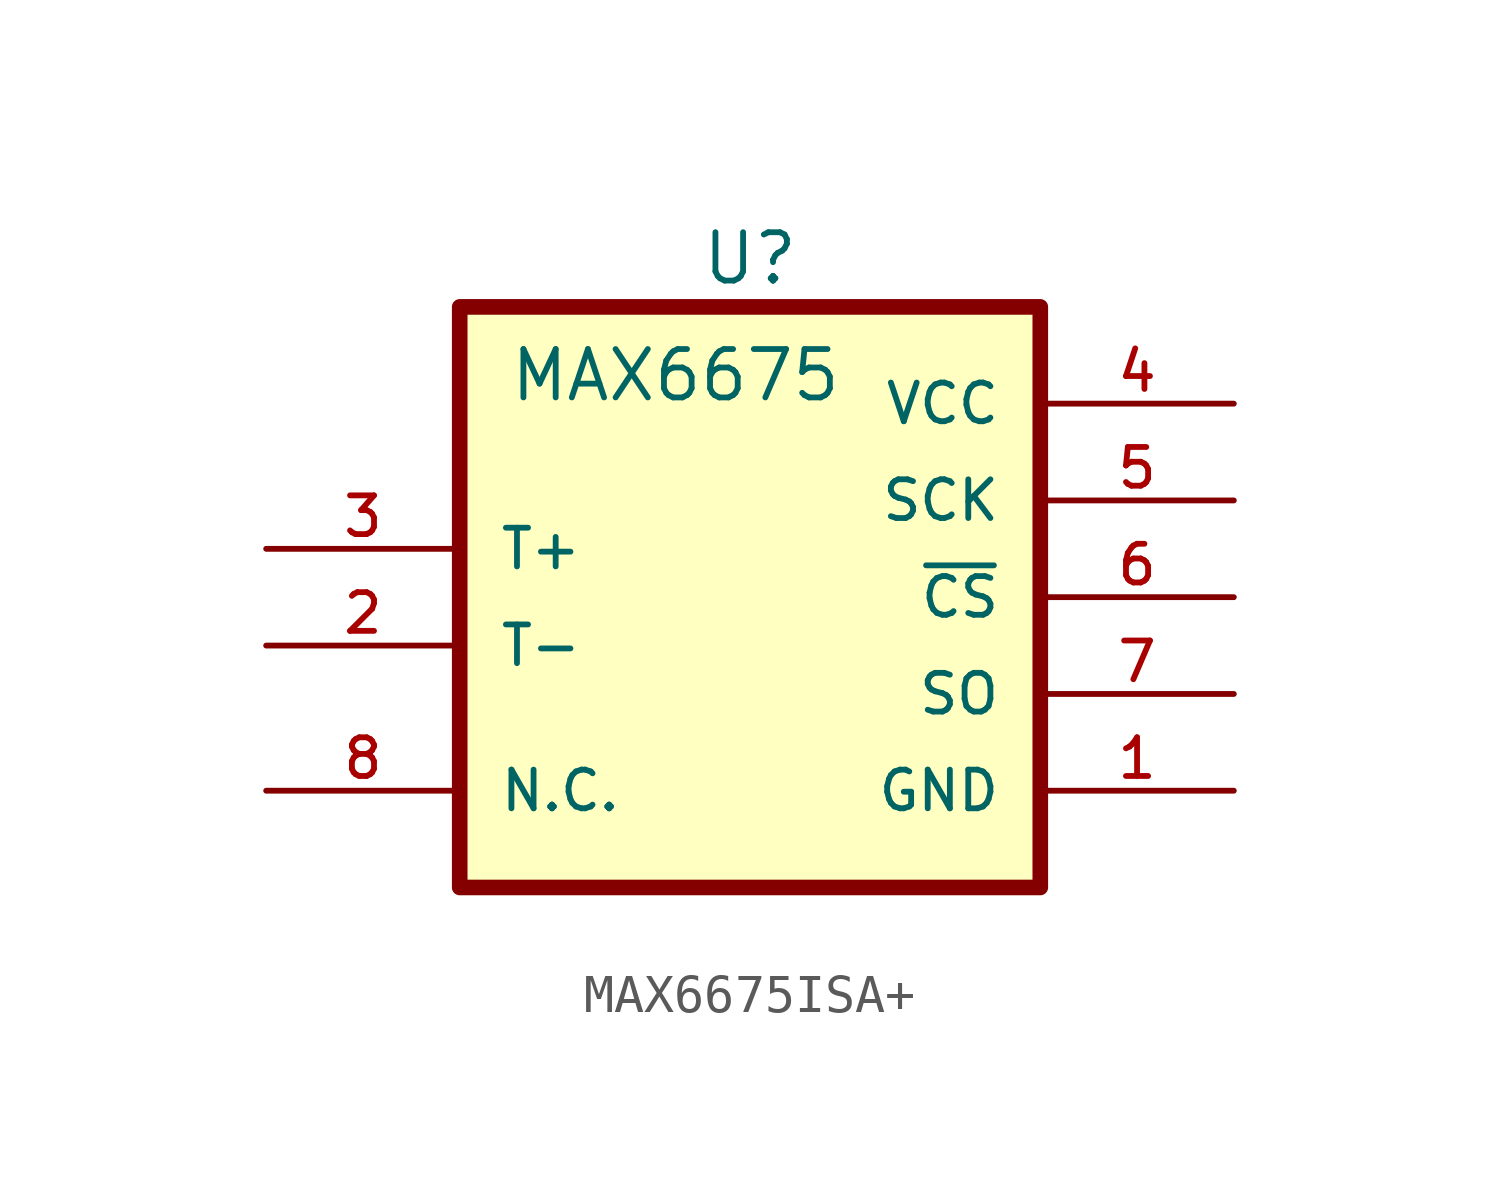
<source format=kicad_sym>
(kicad_symbol_lib
  (version 20220914)
  (generator kicad_symbol_editor)
  (symbol "MAX6675ISA+"
    (pin_names
      (offset 1.016))
    (property "Reference" "U"
      (at 0 8.89 0)
      (effects (font (size 1.27 1.27))))
    (property "Value" "MAX6675"
      (at -6.35 5.08 0)
      (effects (font (size 1.27 1.27)) (justify left bottom)))
    (symbol "MAX6675ISA+_0_0"
      (rectangle (start -7.62 7.62) (end 7.62 -7.62) (stroke (width 0.41) (type default)) (fill (type background)))
      (pin power_in line (at 12.7 -5.08 180) (length 5.08) (name "GND" (effects (font (size 1.016 1.016)))) (number "1" (effects (font (size 1.016 1.016)))))
      (pin input line (at -12.7 -1.27 0) (length 5.08) (name "T-" (effects (font (size 1.016 1.016)))) (number "2" (effects (font (size 1.016 1.016)))))
      (pin input line (at -12.7 1.27 0) (length 5.08) (name "T+" (effects (font (size 1.016 1.016)))) (number "3" (effects (font (size 1.016 1.016)))))
      (pin power_in line (at 12.7 5.08 180) (length 5.08) (name "VCC" (effects (font (size 1.016 1.016)))) (number "4" (effects (font (size 1.016 1.016)))))
      (pin input line (at 12.7 2.54 180) (length 5.08) (name "SCK" (effects (font (size 1.016 1.016)))) (number "5" (effects (font (size 1.016 1.016)))))
      (pin input line (at 12.7 0 180) (length 5.08) (name "~{CS}" (effects (font (size 1.016 1.016)))) (number "6" (effects (font (size 1.016 1.016)))))
      (pin output line (at 12.7 -2.54 180) (length 5.08) (name "SO" (effects (font (size 1.016 1.016)))) (number "7" (effects (font (size 1.016 1.016)))))
      (pin bidirectional line (at -12.7 -5.08 0) (length 5.08) (name "N.C." (effects (font (size 1.016 1.016)))) (number "8" (effects (font (size 1.016 1.016))))))))
</source>
